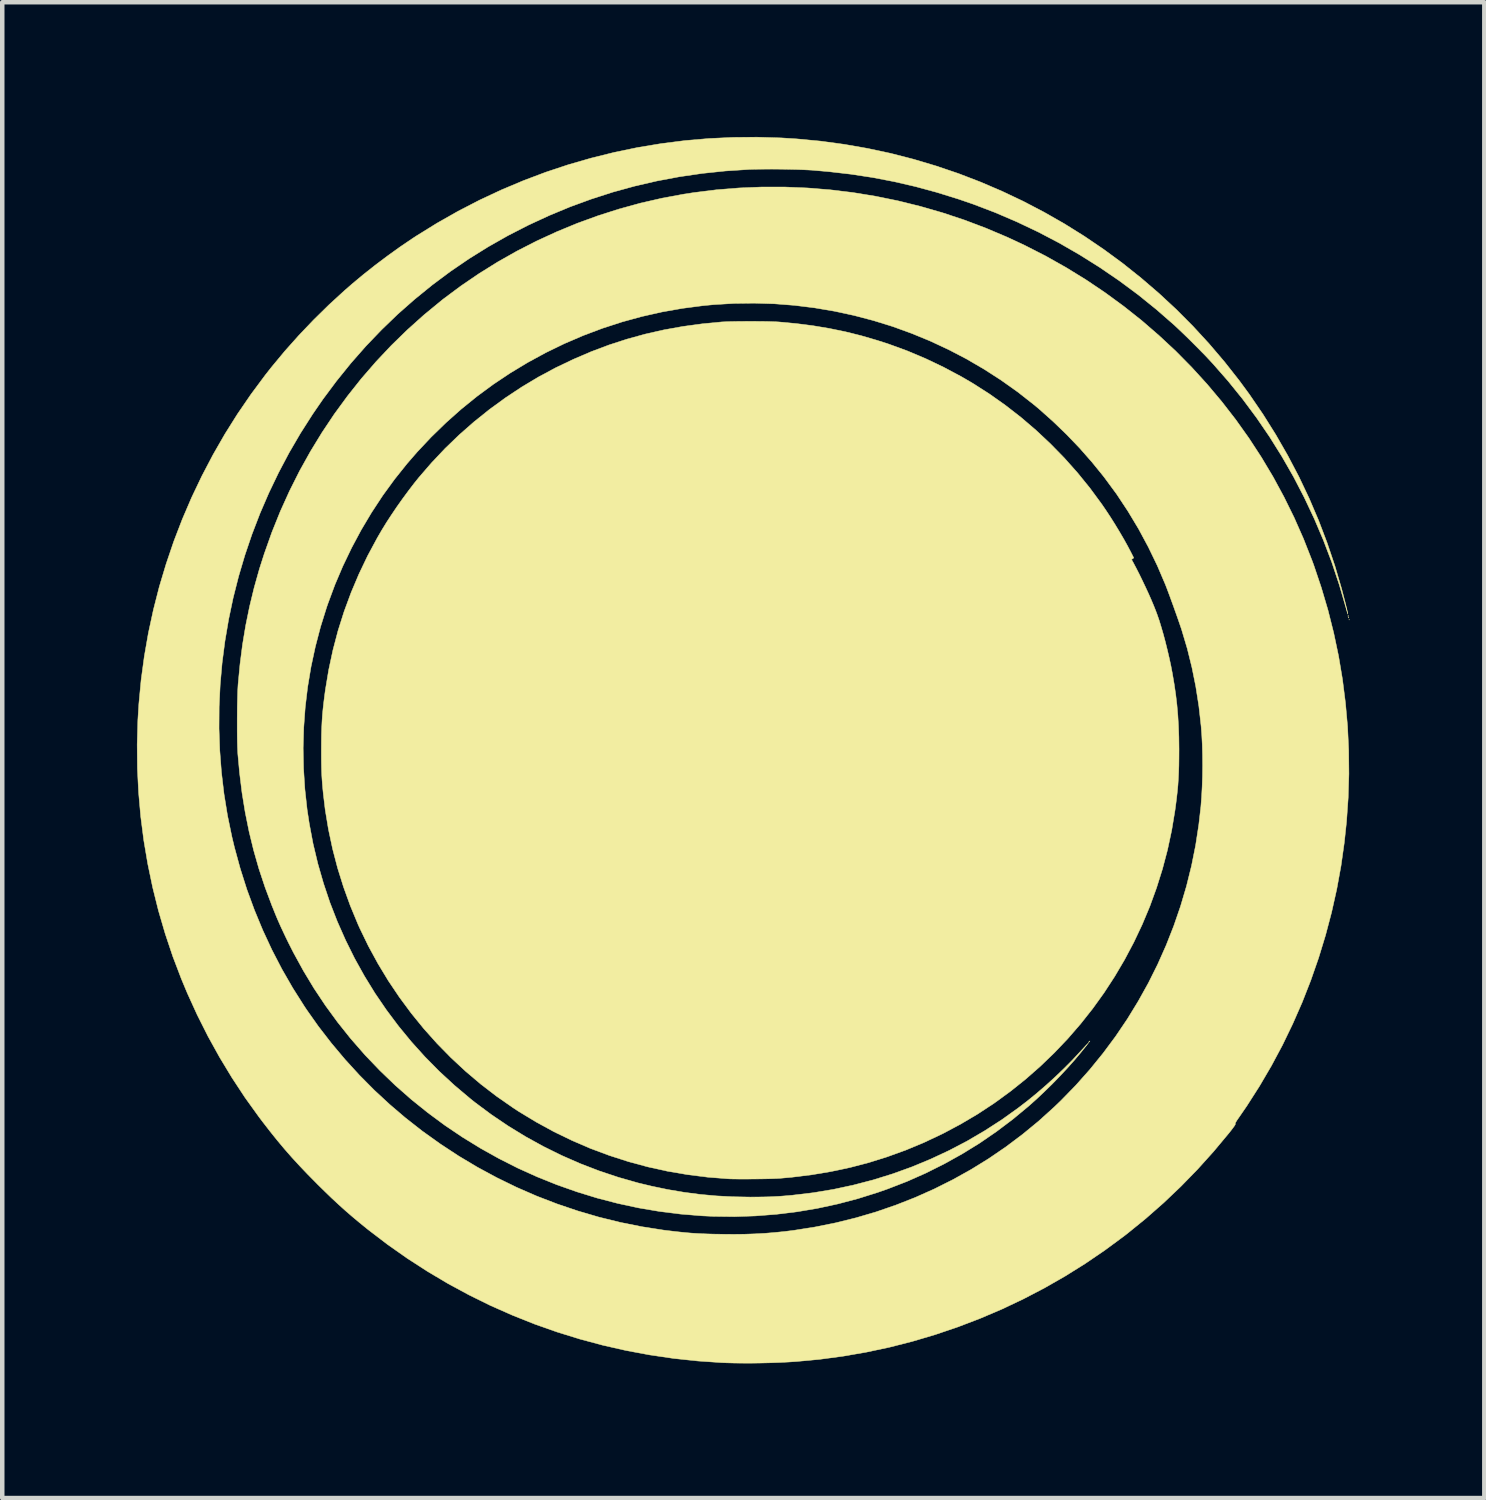
<source format=kicad_pcb>
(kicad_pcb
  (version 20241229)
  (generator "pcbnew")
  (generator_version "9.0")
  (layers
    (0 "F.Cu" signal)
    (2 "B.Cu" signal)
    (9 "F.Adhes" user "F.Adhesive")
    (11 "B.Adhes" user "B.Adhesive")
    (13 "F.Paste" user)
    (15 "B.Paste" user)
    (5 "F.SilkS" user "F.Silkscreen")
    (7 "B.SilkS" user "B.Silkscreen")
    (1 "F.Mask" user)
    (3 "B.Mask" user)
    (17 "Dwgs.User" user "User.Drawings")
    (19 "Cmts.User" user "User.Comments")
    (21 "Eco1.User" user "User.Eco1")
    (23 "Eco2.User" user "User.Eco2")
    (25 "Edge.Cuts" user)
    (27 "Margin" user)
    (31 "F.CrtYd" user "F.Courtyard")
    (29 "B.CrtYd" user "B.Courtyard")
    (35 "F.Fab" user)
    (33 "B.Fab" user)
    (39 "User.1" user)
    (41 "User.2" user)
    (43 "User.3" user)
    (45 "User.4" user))
  (footprint "spiral_pattern"
    (layer "F.Cu")
    (at 13.658 13.658)
    (property "Reference" "spiral_pattern" (at 0 0 0) (layer "F.SilkS") (effects (font (size 1.524 1.524) (thickness 0.3))))
    (attr through_hole)
    (fp_poly (pts (xy 13.346 -2.905) (xy 13.34 -2.9) (xy 13.335 -2.905) (xy 13.34 -2.91) (xy 13.346 -2.905)) (stroke (width 0.01) (type solid)) (fill yes) (layer "F.SilkS"))
    (fp_poly (pts (xy 13.321 -2.997) (xy 13.322 -2.981) (xy 13.32 -2.977) (xy 13.315 -2.98) (xy 13.315 -2.991) (xy 13.317 -3.002) (xy 13.321 -2.997)) (stroke (width 0.01) (type solid)) (fill yes) (layer "F.SilkS"))
    (fp_poly (pts (xy 13.331 -2.96) (xy 13.333 -2.947) (xy 13.331 -2.946) (xy 13.325 -2.947) (xy 13.324 -2.953) (xy 13.328 -2.961) (xy 13.331 -2.96)) (stroke (width 0.01) (type solid)) (fill yes) (layer "F.SilkS"))
    (fp_poly (pts (xy 7.564 6.483) (xy 7.558 6.49) (xy 7.542 6.507) (xy 7.536 6.507) (xy 7.535 6.505) (xy 7.543 6.496) (xy 7.554 6.486) (xy 7.566 6.477) (xy 7.564 6.483)) (stroke (width 0.01) (type solid)) (fill yes) (layer "F.SilkS"))
    (fp_poly (pts (xy 0.071 -9.551) (xy 0.191 -9.55) (xy 0.305 -9.549) (xy 0.411 -9.547) (xy 0.505 -9.544) (xy 0.583 -9.541) (xy 0.635 -9.538) (xy 1.024 -9.502) (xy 1.399 -9.454) (xy 1.762 -9.393) (xy 2.119 -9.32) (xy 2.472 -9.232) (xy 2.825 -9.129) (xy 3.085 -9.045) (xy 3.498 -8.894) (xy 3.906 -8.722) (xy 4.308 -8.53) (xy 4.704 -8.319) (xy 4.964 -8.167) (xy 5.33 -7.933) (xy 5.686 -7.681) (xy 6.032 -7.412) (xy 6.366 -7.126) (xy 6.687 -6.825) (xy 6.995 -6.51) (xy 7.288 -6.181) (xy 7.565 -5.84) (xy 7.825 -5.487) (xy 7.919 -5.35) (xy 8.02 -5.197) (xy 8.121 -5.037) (xy 8.219 -4.875) (xy 8.313 -4.715) (xy 8.399 -4.561) (xy 8.474 -4.419) (xy 8.49 -4.388) (xy 8.543 -4.283) (xy 8.494 -4.246) (xy 8.534 -4.174) (xy 8.599 -4.051) (xy 8.667 -3.918) (xy 8.735 -3.778) (xy 8.803 -3.635) (xy 8.869 -3.493) (xy 8.93 -3.355) (xy 8.985 -3.225) (xy 9.032 -3.107) (xy 9.062 -3.027) (xy 9.108 -2.895) (xy 9.154 -2.745) (xy 9.201 -2.583) (xy 9.247 -2.411) (xy 9.291 -2.233) (xy 9.333 -2.054) (xy 9.371 -1.878) (xy 9.403 -1.71) (xy 9.444 -1.469) (xy 9.478 -1.237) (xy 9.505 -1.007) (xy 9.525 -0.777) (xy 9.539 -0.54) (xy 9.548 -0.293) (xy 9.551 -0.031) (xy 9.551 0) (xy 9.55 0.181) (xy 9.548 0.346) (xy 9.543 0.497) (xy 9.536 0.64) (xy 9.527 0.779) (xy 9.514 0.918) (xy 9.498 1.061) (xy 9.479 1.213) (xy 9.461 1.345) (xy 9.388 1.785) (xy 9.295 2.22) (xy 9.182 2.648) (xy 9.05 3.068) (xy 8.9 3.481) (xy 8.731 3.884) (xy 8.544 4.279) (xy 8.34 4.664) (xy 8.119 5.039) (xy 7.882 5.403) (xy 7.628 5.756) (xy 7.359 6.096) (xy 7.074 6.425) (xy 6.774 6.74) (xy 6.46 7.042) (xy 6.132 7.33) (xy 5.79 7.603) (xy 5.436 7.861) (xy 5.068 8.103) (xy 4.688 8.328) (xy 4.296 8.537) (xy 3.892 8.728) (xy 3.873 8.737) (xy 3.47 8.905) (xy 3.062 9.053) (xy 2.649 9.183) (xy 2.23 9.293) (xy 1.803 9.384) (xy 1.368 9.457) (xy 0.923 9.512) (xy 0.656 9.536) (xy 0.601 9.539) (xy 0.528 9.542) (xy 0.441 9.545) (xy 0.342 9.547) (xy 0.236 9.549) (xy 0.125 9.55) (xy 0.012 9.551) (xy -0.098 9.552) (xy -0.204 9.552) (xy -0.3 9.551) (xy -0.385 9.55) (xy -0.455 9.548) (xy -0.492 9.546) (xy -0.948 9.51) (xy -1.398 9.453) (xy -1.843 9.377) (xy -2.282 9.28) (xy -2.714 9.163) (xy -3.139 9.026) (xy -3.558 8.87) (xy -3.968 8.693) (xy -4.371 8.498) (xy -4.766 8.282) (xy -5.153 8.048) (xy -5.281 7.964) (xy -5.646 7.71) (xy -5.998 7.44) (xy -6.337 7.153) (xy -6.662 6.851) (xy -6.973 6.534) (xy -7.268 6.204) (xy -7.548 5.86) (xy -7.812 5.503) (xy -8.06 5.134) (xy -8.29 4.754) (xy -8.503 4.363) (xy -8.697 3.962) (xy -8.737 3.873) (xy -8.906 3.465) (xy -9.057 3.048) (xy -9.189 2.625) (xy -9.301 2.196) (xy -9.393 1.763) (xy -9.465 1.328) (xy -9.508 0.968) (xy -9.519 0.857) (xy -9.528 0.755) (xy -9.535 0.659) (xy -9.541 0.565) (xy -9.545 0.469) (xy -9.548 0.366) (xy -9.55 0.254) (xy -9.551 0.128) (xy -9.551 0) (xy -9.55 -0.181) (xy -9.548 -0.346) (xy -9.543 -0.497) (xy -9.536 -0.64) (xy -9.527 -0.779) (xy -9.514 -0.918) (xy -9.498 -1.061) (xy -9.479 -1.213) (xy -9.461 -1.345) (xy -9.387 -1.79) (xy -9.293 -2.229) (xy -9.179 -2.662) (xy -9.044 -3.089) (xy -8.889 -3.509) (xy -8.714 -3.923) (xy -8.52 -4.329) (xy -8.305 -4.729) (xy -8.199 -4.911) (xy -8.099 -5.074) (xy -7.986 -5.247) (xy -7.865 -5.426) (xy -7.738 -5.605) (xy -7.609 -5.78) (xy -7.481 -5.947) (xy -7.382 -6.07) (xy -7.098 -6.399) (xy -6.798 -6.717) (xy -6.482 -7.022) (xy -6.152 -7.312) (xy -5.809 -7.587) (xy -5.454 -7.846) (xy -5.089 -8.088) (xy -4.715 -8.312) (xy -4.333 -8.517) (xy -4.329 -8.519) (xy -3.935 -8.707) (xy -3.541 -8.876) (xy -3.145 -9.025) (xy -2.744 -9.155) (xy -2.338 -9.267) (xy -1.924 -9.361) (xy -1.502 -9.437) (xy -1.069 -9.496) (xy -0.635 -9.538) (xy -0.571 -9.541) (xy -0.49 -9.545) (xy -0.393 -9.547) (xy -0.286 -9.549) (xy -0.17 -9.55) (xy -0.05 -9.551) (xy 0.071 -9.551)) (stroke (width 0.01) (type solid)) (fill yes) (layer "F.SilkS"))
    (fp_poly (pts (xy 0.689 -13.637) (xy 1.037 -13.615) (xy 1.567 -13.565) (xy 2.092 -13.494) (xy 2.613 -13.403) (xy 3.128 -13.293) (xy 3.638 -13.162) (xy 4.141 -13.012) (xy 4.637 -12.844) (xy 5.126 -12.656) (xy 5.607 -12.45) (xy 6.08 -12.226) (xy 6.543 -11.984) (xy 6.997 -11.725) (xy 7.441 -11.448) (xy 7.874 -11.154) (xy 8.296 -10.844) (xy 8.706 -10.517) (xy 9.104 -10.175) (xy 9.49 -9.817) (xy 9.862 -9.443) (xy 10.22 -9.054) (xy 10.564 -8.65) (xy 10.893 -8.232) (xy 11.117 -7.927) (xy 11.421 -7.482) (xy 11.707 -7.026) (xy 11.974 -6.561) (xy 12.223 -6.087) (xy 12.452 -5.604) (xy 12.662 -5.112) (xy 12.852 -4.612) (xy 13.023 -4.105) (xy 13.174 -3.59) (xy 13.256 -3.275) (xy 13.276 -3.191) (xy 13.292 -3.125) (xy 13.303 -3.076) (xy 13.31 -3.044) (xy 13.311 -3.031) (xy 13.308 -3.036) (xy 13.3 -3.061) (xy 13.288 -3.105) (xy 13.27 -3.169) (xy 13.265 -3.186) (xy 13.118 -3.691) (xy 12.952 -4.189) (xy 12.766 -4.678) (xy 12.562 -5.158) (xy 12.34 -5.629) (xy 12.101 -6.09) (xy 11.843 -6.54) (xy 11.569 -6.978) (xy 11.277 -7.405) (xy 10.969 -7.819) (xy 10.645 -8.22) (xy 10.305 -8.608) (xy 10.195 -8.726) (xy 10.131 -8.794) (xy 10.055 -8.871) (xy 9.972 -8.956) (xy 9.883 -9.045) (xy 9.793 -9.135) (xy 9.703 -9.223) (xy 9.618 -9.305) (xy 9.539 -9.38) (xy 9.471 -9.444) (xy 9.443 -9.47) (xy 9.048 -9.815) (xy 8.639 -10.145) (xy 8.217 -10.458) (xy 7.782 -10.755) (xy 7.336 -11.035) (xy 6.88 -11.298) (xy 6.414 -11.542) (xy 5.938 -11.768) (xy 5.455 -11.975) (xy 4.965 -12.162) (xy 4.636 -12.275) (xy 4.159 -12.423) (xy 3.684 -12.552) (xy 3.209 -12.662) (xy 2.731 -12.754) (xy 2.246 -12.828) (xy 1.753 -12.885) (xy 1.376 -12.918) (xy 1.281 -12.923) (xy 1.169 -12.928) (xy 1.043 -12.933) (xy 0.907 -12.936) (xy 0.765 -12.939) (xy 0.62 -12.941) (xy 0.476 -12.942) (xy 0.337 -12.941) (xy 0.206 -12.94) (xy 0.088 -12.938) (xy -0.015 -12.935) (xy -0.032 -12.934) (xy -0.553 -12.9) (xy -1.067 -12.846) (xy -1.574 -12.772) (xy -2.075 -12.678) (xy -2.568 -12.564) (xy -3.056 -12.43) (xy -3.537 -12.275) (xy -4.013 -12.101) (xy -4.482 -11.906) (xy -4.94 -11.694) (xy -5.393 -11.462) (xy -5.834 -11.212) (xy -6.263 -10.945) (xy -6.679 -10.661) (xy -7.081 -10.361) (xy -7.471 -10.044) (xy -7.848 -9.712) (xy -8.21 -9.363) (xy -8.559 -8.999) (xy -8.893 -8.619) (xy -9.212 -8.224) (xy -9.517 -7.815) (xy -9.746 -7.482) (xy -10.017 -7.057) (xy -10.27 -6.623) (xy -10.504 -6.18) (xy -10.72 -5.73) (xy -10.917 -5.274) (xy -11.095 -4.811) (xy -11.254 -4.343) (xy -11.394 -3.87) (xy -11.515 -3.393) (xy -11.616 -2.912) (xy -11.698 -2.429) (xy -11.761 -1.944) (xy -11.804 -1.457) (xy -11.827 -0.969) (xy -11.83 -0.482) (xy -11.813 0.005) (xy -11.776 0.491) (xy -11.719 0.974) (xy -11.641 1.455) (xy -11.542 1.933) (xy -11.487 2.162) (xy -11.358 2.635) (xy -11.21 3.101) (xy -11.042 3.559) (xy -10.856 4.008) (xy -10.651 4.449) (xy -10.428 4.879) (xy -10.187 5.298) (xy -9.929 5.705) (xy -9.884 5.773) (xy -9.615 6.154) (xy -9.327 6.526) (xy -9.023 6.888) (xy -8.704 7.237) (xy -8.371 7.573) (xy -8.026 7.892) (xy -7.689 8.18) (xy -7.3 8.485) (xy -6.9 8.771) (xy -6.49 9.04) (xy -6.069 9.291) (xy -5.639 9.523) (xy -5.2 9.737) (xy -4.752 9.932) (xy -4.297 10.107) (xy -3.835 10.263) (xy -3.367 10.4) (xy -2.892 10.517) (xy -2.413 10.613) (xy -1.928 10.689) (xy -1.672 10.72) (xy -1.542 10.734) (xy -1.422 10.746) (xy -1.306 10.756) (xy -1.192 10.763) (xy -1.075 10.769) (xy -0.951 10.774) (xy -0.816 10.778) (xy -0.664 10.78) (xy -0.614 10.781) (xy -0.358 10.783) (xy -0.118 10.78) (xy 0.11 10.772) (xy 0.33 10.76) (xy 0.547 10.742) (xy 0.766 10.72) (xy 0.974 10.694) (xy 1.442 10.62) (xy 1.904 10.527) (xy 2.36 10.414) (xy 2.808 10.282) (xy 3.248 10.13) (xy 3.68 9.96) (xy 4.103 9.771) (xy 4.516 9.564) (xy 4.92 9.339) (xy 5.313 9.096) (xy 5.695 8.835) (xy 6.065 8.557) (xy 6.424 8.262) (xy 6.769 7.95) (xy 6.925 7.8) (xy 7.253 7.463) (xy 7.565 7.112) (xy 7.86 6.749) (xy 8.138 6.375) (xy 8.399 5.989) (xy 8.642 5.592) (xy 8.868 5.186) (xy 9.075 4.771) (xy 9.264 4.346) (xy 9.434 3.914) (xy 9.585 3.475) (xy 9.717 3.029) (xy 9.829 2.577) (xy 9.921 2.119) (xy 9.992 1.657) (xy 10.038 1.254) (xy 10.054 1.043) (xy 10.066 0.818) (xy 10.074 0.584) (xy 10.077 0.347) (xy 10.075 0.111) (xy 10.069 -0.119) (xy 10.058 -0.338) (xy 10.043 -0.534) (xy 9.993 -0.98) (xy 9.925 -1.415) (xy 9.839 -1.841) (xy 9.735 -2.262) (xy 9.611 -2.678) (xy 9.608 -2.688) (xy 9.588 -2.747) (xy 9.562 -2.823) (xy 9.532 -2.91) (xy 9.498 -3.007) (xy 9.461 -3.11) (xy 9.424 -3.215) (xy 9.386 -3.318) (xy 9.35 -3.418) (xy 9.316 -3.509) (xy 9.286 -3.589) (xy 9.261 -3.654) (xy 9.25 -3.683) (xy 9.068 -4.109) (xy 8.868 -4.523) (xy 8.651 -4.927) (xy 8.415 -5.32) (xy 8.163 -5.701) (xy 7.892 -6.069) (xy 7.863 -6.107) (xy 7.607 -6.422) (xy 7.333 -6.733) (xy 7.044 -7.034) (xy 6.745 -7.322) (xy 6.439 -7.595) (xy 6.313 -7.7) (xy 5.956 -7.98) (xy 5.587 -8.242) (xy 5.208 -8.486) (xy 4.819 -8.713) (xy 4.42 -8.921) (xy 4.013 -9.111) (xy 3.598 -9.282) (xy 3.177 -9.435) (xy 2.748 -9.568) (xy 2.315 -9.682) (xy 1.876 -9.777) (xy 1.434 -9.852) (xy 0.988 -9.907) (xy 0.54 -9.942) (xy 0.089 -9.956) (xy -0.362 -9.95) (xy -0.814 -9.923) (xy -1.053 -9.9) (xy -1.512 -9.84) (xy -1.965 -9.76) (xy -2.412 -9.659) (xy -2.854 -9.538) (xy -3.288 -9.397) (xy -3.716 -9.236) (xy -4.138 -9.055) (xy -4.552 -8.854) (xy -4.958 -8.633) (xy -4.958 -8.633) (xy -5.344 -8.4) (xy -5.72 -8.149) (xy -6.085 -7.88) (xy -6.438 -7.594) (xy -6.778 -7.291) (xy -7.105 -6.973) (xy -7.418 -6.64) (xy -7.642 -6.382) (xy -7.921 -6.033) (xy -8.185 -5.67) (xy -8.432 -5.294) (xy -8.663 -4.906) (xy -8.876 -4.508) (xy -9.072 -4.1) (xy -9.249 -3.684) (xy -9.406 -3.261) (xy -9.432 -3.186) (xy -9.569 -2.747) (xy -9.685 -2.304) (xy -9.781 -1.857) (xy -9.856 -1.408) (xy -9.91 -0.956) (xy -9.943 -0.502) (xy -9.956 -0.047) (xy -9.947 0.409) (xy -9.918 0.865) (xy -9.868 1.32) (xy -9.82 1.635) (xy -9.735 2.085) (xy -9.629 2.529) (xy -9.503 2.966) (xy -9.359 3.396) (xy -9.195 3.817) (xy -9.012 4.23) (xy -8.812 4.634) (xy -8.593 5.028) (xy -8.357 5.412) (xy -8.103 5.784) (xy -7.832 6.146) (xy -7.545 6.495) (xy -7.242 6.831) (xy -6.922 7.155) (xy -6.587 7.464) (xy -6.237 7.759) (xy -6.131 7.844) (xy -5.767 8.115) (xy -5.391 8.369) (xy -5.004 8.606) (xy -4.607 8.825) (xy -4.2 9.026) (xy -3.785 9.208) (xy -3.361 9.371) (xy -2.932 9.514) (xy -2.496 9.638) (xy -2.201 9.709) (xy -1.832 9.786) (xy -1.47 9.847) (xy -1.111 9.894) (xy -0.749 9.927) (xy -0.38 9.946) (xy 0 9.953) (xy 0.158 9.952) (xy 0.299 9.95) (xy 0.429 9.947) (xy 0.553 9.941) (xy 0.676 9.934) (xy 0.802 9.924) (xy 0.938 9.912) (xy 0.953 9.91) (xy 1.407 9.856) (xy 1.857 9.781) (xy 2.302 9.685) (xy 2.742 9.57) (xy 3.176 9.435) (xy 3.602 9.281) (xy 4.021 9.107) (xy 4.432 8.915) (xy 4.833 8.705) (xy 5.225 8.475) (xy 5.606 8.229) (xy 5.976 7.964) (xy 6.185 7.803) (xy 6.39 7.635) (xy 6.596 7.457) (xy 6.798 7.273) (xy 6.992 7.087) (xy 7.175 6.903) (xy 7.293 6.776) (xy 7.342 6.723) (xy 7.389 6.672) (xy 7.431 6.627) (xy 7.465 6.59) (xy 7.489 6.565) (xy 7.492 6.562) (xy 7.538 6.514) (xy 7.494 6.572) (xy 7.365 6.734) (xy 7.222 6.904) (xy 7.066 7.079) (xy 6.901 7.256) (xy 6.729 7.433) (xy 6.552 7.606) (xy 6.375 7.773) (xy 6.2 7.929) (xy 5.848 8.221) (xy 5.483 8.496) (xy 5.107 8.754) (xy 4.719 8.993) (xy 4.32 9.215) (xy 3.91 9.42) (xy 3.49 9.606) (xy 3.059 9.773) (xy 2.842 9.849) (xy 2.399 9.988) (xy 1.952 10.106) (xy 1.499 10.204) (xy 1.042 10.281) (xy 0.582 10.337) (xy 0.118 10.373) (xy -0.348 10.389) (xy -0.815 10.383) (xy -1.074 10.371) (xy -1.549 10.332) (xy -2.02 10.273) (xy -2.487 10.194) (xy -2.95 10.094) (xy -3.408 9.975) (xy -3.86 9.836) (xy -4.305 9.679) (xy -4.743 9.503) (xy -5.173 9.309) (xy -5.594 9.096) (xy -6.006 8.866) (xy -6.408 8.619) (xy -6.8 8.355) (xy -7.18 8.074) (xy -7.548 7.778) (xy -7.904 7.465) (xy -8.246 7.136) (xy -8.575 6.793) (xy -8.888 6.434) (xy -8.902 6.418) (xy -9.19 6.057) (xy -9.46 5.687) (xy -9.713 5.307) (xy -9.95 4.914) (xy -10.173 4.507) (xy -10.282 4.292) (xy -10.343 4.167) (xy -10.396 4.055) (xy -10.444 3.953) (xy -10.488 3.855) (xy -10.531 3.757) (xy -10.575 3.652) (xy -10.621 3.537) (xy -10.652 3.461) (xy -10.805 3.053) (xy -10.941 2.643) (xy -11.059 2.23) (xy -11.161 1.811) (xy -11.247 1.385) (xy -11.318 0.948) (xy -11.373 0.5) (xy -11.411 0.085) (xy -11.415 0.011) (xy -11.419 -0.08) (xy -11.422 -0.187) (xy -11.424 -0.305) (xy -11.425 -0.432) (xy -11.425 -0.566) (xy -11.425 -0.702) (xy -11.424 -0.838) (xy -11.423 -0.97) (xy -11.42 -1.097) (xy -11.417 -1.214) (xy -11.414 -1.318) (xy -11.409 -1.407) (xy -11.406 -1.46) (xy -11.363 -1.912) (xy -11.307 -2.349) (xy -11.236 -2.777) (xy -11.15 -3.198) (xy -11.049 -3.615) (xy -10.932 -4.032) (xy -10.822 -4.376) (xy -10.654 -4.85) (xy -10.467 -5.315) (xy -10.261 -5.771) (xy -10.037 -6.217) (xy -9.795 -6.652) (xy -9.536 -7.076) (xy -9.26 -7.489) (xy -8.967 -7.889) (xy -8.659 -8.277) (xy -8.334 -8.652) (xy -7.994 -9.013) (xy -7.639 -9.359) (xy -7.269 -9.691) (xy -6.885 -10.007) (xy -6.837 -10.046) (xy -6.445 -10.338) (xy -6.04 -10.614) (xy -5.623 -10.874) (xy -5.195 -11.116) (xy -4.757 -11.34) (xy -4.309 -11.546) (xy -3.854 -11.734) (xy -3.39 -11.903) (xy -2.92 -12.053) (xy -2.444 -12.184) (xy -1.964 -12.294) (xy -1.479 -12.384) (xy -1.259 -12.418) (xy -0.754 -12.481) (xy -0.248 -12.522) (xy 0.26 -12.543) (xy 0.768 -12.543) (xy 1.275 -12.522) (xy 1.782 -12.481) (xy 2.287 -12.42) (xy 2.79 -12.338) (xy 3.29 -12.236) (xy 3.787 -12.113) (xy 4.28 -11.971) (xy 4.768 -11.809) (xy 5.25 -11.627) (xy 5.727 -11.425) (xy 6.115 -11.244) (xy 6.581 -11.006) (xy 7.034 -10.751) (xy 7.475 -10.48) (xy 7.903 -10.192) (xy 8.317 -9.889) (xy 8.718 -9.571) (xy 9.104 -9.237) (xy 9.477 -8.89) (xy 9.834 -8.528) (xy 10.176 -8.153) (xy 10.503 -7.764) (xy 10.814 -7.363) (xy 11.108 -6.95) (xy 11.386 -6.524) (xy 11.647 -6.087) (xy 11.89 -5.638) (xy 12.116 -5.179) (xy 12.323 -4.71) (xy 12.512 -4.23) (xy 12.552 -4.122) (xy 12.72 -3.623) (xy 12.869 -3.119) (xy 12.997 -2.609) (xy 13.105 -2.095) (xy 13.192 -1.576) (xy 13.258 -1.054) (xy 13.305 -0.529) (xy 13.33 -0.002) (xy 13.335 0.528) (xy 13.319 1.059) (xy 13.282 1.591) (xy 13.233 2.053) (xy 13.159 2.577) (xy 13.064 3.097) (xy 12.949 3.612) (xy 12.814 4.123) (xy 12.66 4.627) (xy 12.487 5.124) (xy 12.295 5.614) (xy 12.084 6.095) (xy 11.856 6.567) (xy 11.609 7.029) (xy 11.345 7.48) (xy 11.064 7.92) (xy 10.886 8.179) (xy 10.848 8.233) (xy 10.823 8.273) (xy 10.808 8.3) (xy 10.803 8.317) (xy 10.805 8.323) (xy 10.805 8.332) (xy 10.797 8.349) (xy 10.779 8.377) (xy 10.75 8.416) (xy 10.71 8.469) (xy 10.657 8.536) (xy 10.656 8.537) (xy 10.318 8.942) (xy 9.964 9.335) (xy 9.593 9.716) (xy 9.208 10.082) (xy 8.81 10.432) (xy 8.4 10.765) (xy 8.329 10.82) (xy 7.901 11.136) (xy 7.462 11.435) (xy 7.012 11.716) (xy 6.552 11.979) (xy 6.082 12.224) (xy 5.603 12.451) (xy 5.117 12.658) (xy 4.622 12.847) (xy 4.121 13.017) (xy 3.615 13.167) (xy 3.102 13.298) (xy 2.585 13.408) (xy 2.065 13.498) (xy 1.541 13.568) (xy 1.037 13.615) (xy 0.856 13.627) (xy 0.662 13.637) (xy 0.46 13.644) (xy 0.253 13.649) (xy 0.047 13.652) (xy -0.155 13.652) (xy -0.347 13.65) (xy -0.526 13.645) (xy -0.63 13.641) (xy -1.169 13.604) (xy -1.705 13.547) (xy -2.236 13.469) (xy -2.762 13.371) (xy -3.282 13.253) (xy -3.796 13.115) (xy -4.304 12.958) (xy -4.805 12.781) (xy -5.298 12.584) (xy -5.784 12.369) (xy -6.261 12.134) (xy -6.729 11.881) (xy -7.187 11.609) (xy -7.636 11.319) (xy -8.074 11.011) (xy -8.502 10.684) (xy -8.531 10.661) (xy -8.701 10.523) (xy -8.861 10.389) (xy -9.015 10.256) (xy -9.167 10.119) (xy -9.32 9.977) (xy -9.478 9.824) (xy -9.646 9.659) (xy -9.652 9.652) (xy -9.849 9.453) (xy -10.032 9.261) (xy -10.204 9.074) (xy -10.368 8.887) (xy -10.528 8.696) (xy -10.687 8.498) (xy -10.849 8.289) (xy -10.943 8.165) (xy -11.252 7.735) (xy -11.544 7.291) (xy -11.819 6.836) (xy -12.077 6.37) (xy -12.316 5.895) (xy -12.536 5.412) (xy -12.668 5.096) (xy -12.859 4.595) (xy -13.029 4.087) (xy -13.179 3.574) (xy -13.308 3.056) (xy -13.417 2.533) (xy -13.506 2.007) (xy -13.574 1.477) (xy -13.621 0.945) (xy -13.648 0.409) (xy -13.653 -0.128) (xy -13.638 -0.667) (xy -13.615 -1.037) (xy -13.565 -1.565) (xy -13.494 -2.091) (xy -13.403 -2.612) (xy -13.291 -3.13) (xy -13.16 -3.642) (xy -13.008 -4.149) (xy -12.838 -4.65) (xy -12.648 -5.144) (xy -12.439 -5.631) (xy -12.211 -6.109) (xy -11.965 -6.578) (xy -11.701 -7.038) (xy -11.419 -7.487) (xy -11.119 -7.925) (xy -10.802 -8.352) (xy -10.662 -8.53) (xy -10.366 -8.887) (xy -10.052 -9.239) (xy -9.723 -9.584) (xy -9.383 -9.918) (xy -9.035 -10.237) (xy -8.87 -10.381) (xy -8.618 -10.591) (xy -8.353 -10.801) (xy -8.079 -11.007) (xy -7.802 -11.206) (xy -7.528 -11.392) (xy -7.435 -11.453) (xy -6.975 -11.738) (xy -6.506 -12.004) (xy -6.03 -12.25) (xy -5.545 -12.477) (xy -5.054 -12.684) (xy -4.556 -12.872) (xy -4.051 -13.04) (xy -3.541 -13.187) (xy -3.026 -13.315) (xy -2.506 -13.423) (xy -1.981 -13.51) (xy -1.453 -13.577) (xy -0.921 -13.623) (xy -0.387 -13.648) (xy 0.15 -13.653) (xy 0.689 -13.637)) (stroke (width 0.01) (type solid)) (fill yes) (layer "F.SilkS")))
  (gr_rect
    (start -3 -3)
    (end 30.009 30.315)
    (stroke (width 0.1) (type default))
    (fill no)
    (layer "Edge.Cuts")))
</source>
